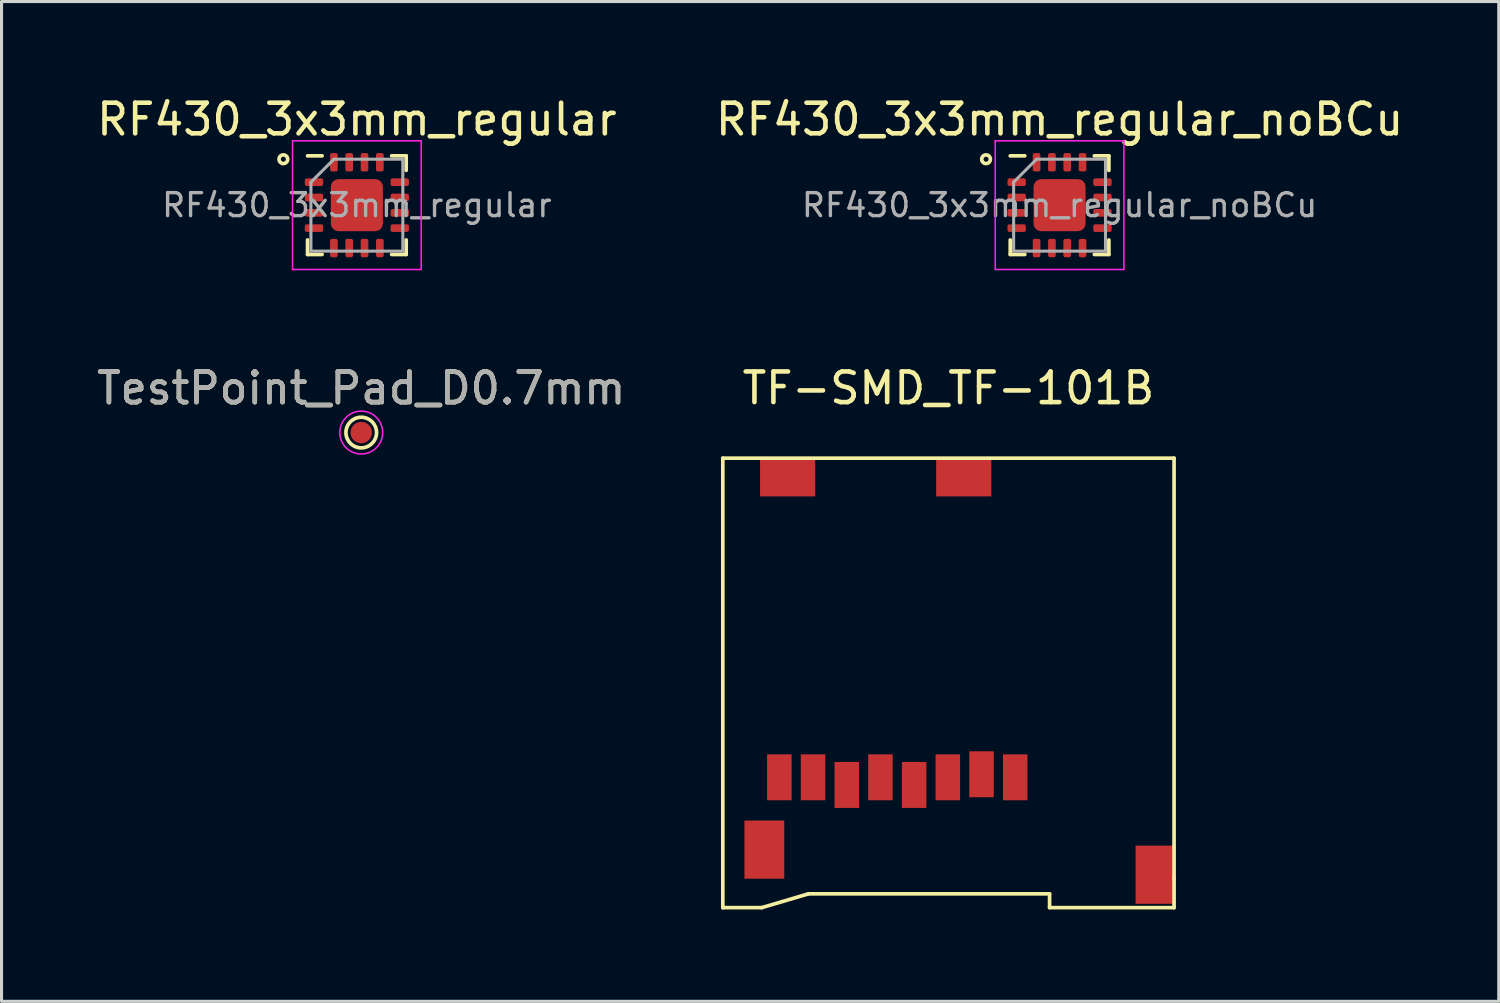
<source format=kicad_pcb>
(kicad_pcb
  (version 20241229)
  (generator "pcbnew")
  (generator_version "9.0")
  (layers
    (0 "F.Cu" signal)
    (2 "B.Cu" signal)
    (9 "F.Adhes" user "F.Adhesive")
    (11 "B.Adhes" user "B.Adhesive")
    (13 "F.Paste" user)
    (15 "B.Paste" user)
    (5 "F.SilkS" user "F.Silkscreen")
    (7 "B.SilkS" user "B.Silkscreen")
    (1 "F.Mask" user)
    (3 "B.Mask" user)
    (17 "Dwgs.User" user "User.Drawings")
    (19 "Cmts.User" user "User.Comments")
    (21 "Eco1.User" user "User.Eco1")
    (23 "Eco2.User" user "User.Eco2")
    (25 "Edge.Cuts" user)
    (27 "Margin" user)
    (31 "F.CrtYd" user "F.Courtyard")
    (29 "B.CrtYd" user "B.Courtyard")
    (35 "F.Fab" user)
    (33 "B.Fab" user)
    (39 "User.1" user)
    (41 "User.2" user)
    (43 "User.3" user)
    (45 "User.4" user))
  (footprint "RF430_3x3mm_regular"
    (layer "F.Cu")
    (at 8.601 3.648)
    (property "Reference" "RF430_3x3mm_regular" (at 0 -2.8 0) (layer "F.SilkS") (effects (font (size 1 1) (thickness 0.15))))
    (attr smd)
    (fp_line (start -1.61 1.61) (end -1.61 1.135) (stroke (width 0.12) (type solid)) (layer "F.SilkS"))
    (fp_line (start -1.135 -1.61) (end -1.61 -1.61) (stroke (width 0.12) (type solid)) (layer "F.SilkS"))
    (fp_line (start -1.135 1.61) (end -1.61 1.61) (stroke (width 0.12) (type solid)) (layer "F.SilkS"))
    (fp_line (start 1.135 -1.61) (end 1.61 -1.61) (stroke (width 0.12) (type solid)) (layer "F.SilkS"))
    (fp_line (start 1.135 1.61) (end 1.61 1.61) (stroke (width 0.12) (type solid)) (layer "F.SilkS"))
    (fp_line (start 1.61 -1.61) (end 1.61 -1.135) (stroke (width 0.12) (type solid)) (layer "F.SilkS"))
    (fp_line (start 1.61 1.61) (end 1.61 1.135) (stroke (width 0.12) (type solid)) (layer "F.SilkS"))
    (fp_circle (center -2.4 -1.5) (end -2.5 -1.4) (stroke (width 0.12) (type solid)) (fill no) (layer "F.SilkS"))
    (fp_line (start -2.1 -2.1) (end -2.1 2.1) (stroke (width 0.05) (type solid)) (layer "F.CrtYd"))
    (fp_line (start -2.1 2.1) (end 2.1 2.1) (stroke (width 0.05) (type solid)) (layer "F.CrtYd"))
    (fp_line (start 2.1 -2.1) (end -2.1 -2.1) (stroke (width 0.05) (type solid)) (layer "F.CrtYd"))
    (fp_line (start 2.1 2.1) (end 2.1 -2.1) (stroke (width 0.05) (type solid)) (layer "F.CrtYd"))
    (fp_line (start -1.5 -0.75) (end -0.75 -1.5) (stroke (width 0.1) (type solid)) (layer "F.Fab"))
    (fp_line (start -1.5 1.5) (end -1.5 -0.75) (stroke (width 0.1) (type solid)) (layer "F.Fab"))
    (fp_line (start -0.75 -1.5) (end 1.5 -1.5) (stroke (width 0.1) (type solid)) (layer "F.Fab"))
    (fp_line (start 1.5 -1.5) (end 1.5 1.5) (stroke (width 0.1) (type solid)) (layer "F.Fab"))
    (fp_line (start 1.5 1.5) (end -1.5 1.5) (stroke (width 0.1) (type solid)) (layer "F.Fab"))
    (fp_text user "${REFERENCE}" (at 0 0 0) (layer "F.Fab") (effects (font (size 0.75 0.75) (thickness 0.11))))
    (pad "" smd roundrect (at 0 0) (size 0.74 0.74) (layers "F.Paste") (roundrect_rratio 0.25))
    (pad "1" smd roundrect (at -1.4 -0.75) (size 0.6 0.25) (layers "F.Cu" "F.Mask" "F.Paste") (roundrect_rratio 0.25))
    (pad "2" smd roundrect (at -1.4 -0.25) (size 0.6 0.25) (layers "F.Cu" "F.Mask" "F.Paste") (roundrect_rratio 0.25))
    (pad "3" smd roundrect (at -1.4 0.25) (size 0.6 0.25) (layers "F.Cu" "F.Mask" "F.Paste") (roundrect_rratio 0.25))
    (pad "4" smd roundrect (at -1.4 0.75) (size 0.6 0.25) (layers "F.Cu" "F.Mask" "F.Paste") (roundrect_rratio 0.25))
    (pad "5" smd roundrect (at -0.75 1.4) (size 0.25 0.6) (layers "F.Cu" "F.Mask" "F.Paste") (roundrect_rratio 0.25))
    (pad "6" smd roundrect (at -0.25 1.4) (size 0.25 0.6) (layers "F.Cu" "F.Mask" "F.Paste") (roundrect_rratio 0.25))
    (pad "7" smd roundrect (at 0.25 1.4) (size 0.25 0.6) (layers "F.Cu" "F.Mask" "F.Paste") (roundrect_rratio 0.25))
    (pad "8" smd roundrect (at 0.75 1.4) (size 0.25 0.6) (layers "F.Cu" "F.Mask" "F.Paste") (roundrect_rratio 0.25))
    (pad "9" smd roundrect (at 1.4 0.75) (size 0.6 0.25) (layers "F.Cu" "F.Mask" "F.Paste") (roundrect_rratio 0.25))
    (pad "10" smd roundrect (at 1.4 0.25) (size 0.6 0.25) (layers "F.Cu" "F.Mask" "F.Paste") (roundrect_rratio 0.25))
    (pad "11" smd roundrect (at 1.4 -0.25) (size 0.6 0.25) (layers "F.Cu" "F.Mask" "F.Paste") (roundrect_rratio 0.25))
    (pad "12" smd roundrect (at 1.4 -0.75) (size 0.6 0.25) (layers "F.Cu" "F.Mask" "F.Paste") (roundrect_rratio 0.25))
    (pad "13" smd roundrect (at 0.75 -1.4) (size 0.25 0.6) (layers "F.Cu" "F.Mask" "F.Paste") (roundrect_rratio 0.25))
    (pad "14" smd roundrect (at 0.25 -1.4) (size 0.25 0.6) (layers "F.Cu" "F.Mask" "F.Paste") (roundrect_rratio 0.25))
    (pad "15" smd roundrect (at -0.25 -1.4) (size 0.25 0.6) (layers "F.Cu" "F.Mask" "F.Paste") (roundrect_rratio 0.25))
    (pad "16" smd roundrect (at -0.75 -1.4) (size 0.25 0.6) (layers "F.Cu" "F.Mask" "F.Paste") (roundrect_rratio 0.25))
    (pad "17" smd roundrect (at 0 0) (size 1.7 1.7) (layers "F.Cu" "F.Mask") (roundrect_rratio 0.147)))
  (footprint "TestPoint_Pad_D0.7mm"
    (layer "F.Cu")
    (at 8.744 11.072)
    (property "Reference" "TestPoint_Pad_D0.7mm" (at 0 -1.448 0) (layer "F.SilkS") (effects (font (size 1 1) (thickness 0.15))))
    (attr exclude_from_pos_files exclude_from_bom)
    (fp_circle (center 0 0) (end 0.5 0) (stroke (width 0.12) (type solid)) (fill no) (layer "F.SilkS"))
    (fp_circle (center 0 0) (end 0.7 0) (stroke (width 0.05) (type solid)) (fill no) (layer "F.CrtYd"))
    (fp_text user "${REFERENCE}" (at 0 -1.45 0) (layer "F.Fab") (effects (font (size 1 1) (thickness 0.15))))
    (pad "1" smd circle (at 0 0) (size 0.7 0.7) (layers "F.Cu" "F.Mask")))
  (footprint "TF-SMD_TF-101B"
    (layer "F.Cu")
    (at 27.914 19.782)
    (property "Reference" "TF-SMD_TF-101B" (at 0 -10.16 0) (layer "F.SilkS") (effects (font (size 1 1) (thickness 0.15))))
    (attr through_hole)
    (fp_line (start -7.366 -7.874) (end 7.366 -7.874) (stroke (width 0.12) (type solid)) (layer "F.SilkS"))
    (fp_line (start -7.366 6.8) (end -7.366 -7.874) (stroke (width 0.12) (type solid)) (layer "F.SilkS"))
    (fp_line (start -6.096 6.8) (end -7.366 6.8) (stroke (width 0.12) (type solid)) (layer "F.SilkS"))
    (fp_line (start -4.572 6.35) (end -6.096 6.8) (stroke (width 0.12) (type solid)) (layer "F.SilkS"))
    (fp_line (start 3.302 6.35) (end -4.572 6.35) (stroke (width 0.12) (type solid)) (layer "F.SilkS"))
    (fp_line (start 3.302 6.8) (end 3.302 6.35) (stroke (width 0.12) (type solid)) (layer "F.SilkS"))
    (fp_line (start 7.366 -7.874) (end 7.366 5.842) (stroke (width 0.12) (type solid)) (layer "F.SilkS"))
    (fp_line (start 7.366 5.842) (end 7.366 6.8) (stroke (width 0.12) (type solid)) (layer "F.SilkS"))
    (fp_line (start 7.366 6.8) (end 3.302 6.8) (stroke (width 0.12) (type solid)) (layer "F.SilkS"))
    (pad "1" smd rect (at 2.18 2.545) (size 0.8 1.5) (layers "F.Cu" "F.Mask" "F.Paste"))
    (pad "2" smd rect (at 1.08 2.445) (size 0.8 1.5) (layers "F.Cu" "F.Mask" "F.Paste"))
    (pad "3" smd rect (at -0.02 2.545) (size 0.8 1.5) (layers "F.Cu" "F.Mask" "F.Paste"))
    (pad "4" smd rect (at -1.12 2.795) (size 0.8 1.5) (layers "F.Cu" "F.Mask" "F.Paste"))
    (pad "5" smd rect (at -2.22 2.545) (size 0.8 1.5) (layers "F.Cu" "F.Mask" "F.Paste"))
    (pad "6" smd rect (at -3.32 2.795) (size 0.8 1.5) (layers "F.Cu" "F.Mask" "F.Paste"))
    (pad "7" smd rect (at -4.42 2.545) (size 0.8 1.5) (layers "F.Cu" "F.Mask" "F.Paste"))
    (pad "8" smd rect (at -5.52 2.545) (size 0.8 1.5) (layers "F.Cu" "F.Mask" "F.Paste"))
    (pad "9" smd rect (at -5.25 -7.225 180) (size 1.8 1.2) (layers "F.Cu" "F.Mask" "F.Paste"))
    (pad "10" smd rect (at 0.5 -7.225 180) (size 1.8 1.2) (layers "F.Cu" "F.Mask" "F.Paste"))
    (pad "11" smd rect (at 6.76 5.725 180) (size 1.3 1.9) (layers "F.Cu" "F.Mask" "F.Paste"))
    (pad "12" smd rect (at -6.01 4.905 180) (size 1.3 1.9) (layers "F.Cu" "F.Mask" "F.Paste")))
  (footprint "RF430_3x3mm_regular_noBCu"
    (layer "F.Cu")
    (at 31.542 3.648)
    (property "Reference" "RF430_3x3mm_regular_noBCu" (at 0 -2.8 0) (layer "F.SilkS") (effects (font (size 1 1) (thickness 0.15))))
    (attr smd)
    (fp_line (start -1.61 1.61) (end -1.61 1.135) (stroke (width 0.12) (type solid)) (layer "F.SilkS"))
    (fp_line (start -1.135 -1.61) (end -1.61 -1.61) (stroke (width 0.12) (type solid)) (layer "F.SilkS"))
    (fp_line (start -1.135 1.61) (end -1.61 1.61) (stroke (width 0.12) (type solid)) (layer "F.SilkS"))
    (fp_line (start 1.135 -1.61) (end 1.61 -1.61) (stroke (width 0.12) (type solid)) (layer "F.SilkS"))
    (fp_line (start 1.135 1.61) (end 1.61 1.61) (stroke (width 0.12) (type solid)) (layer "F.SilkS"))
    (fp_line (start 1.61 -1.61) (end 1.61 -1.135) (stroke (width 0.12) (type solid)) (layer "F.SilkS"))
    (fp_line (start 1.61 1.61) (end 1.61 1.135) (stroke (width 0.12) (type solid)) (layer "F.SilkS"))
    (fp_circle (center -2.4 -1.5) (end -2.5 -1.4) (stroke (width 0.12) (type solid)) (fill no) (layer "F.SilkS"))
    (fp_line (start -2.1 -2.1) (end -2.1 2.1) (stroke (width 0.05) (type solid)) (layer "F.CrtYd"))
    (fp_line (start -2.1 2.1) (end 2.1 2.1) (stroke (width 0.05) (type solid)) (layer "F.CrtYd"))
    (fp_line (start 2.1 -2.1) (end -2.1 -2.1) (stroke (width 0.05) (type solid)) (layer "F.CrtYd"))
    (fp_line (start 2.1 2.1) (end 2.1 -2.1) (stroke (width 0.05) (type solid)) (layer "F.CrtYd"))
    (fp_line (start -1.5 -0.75) (end -0.75 -1.5) (stroke (width 0.1) (type solid)) (layer "F.Fab"))
    (fp_line (start -1.5 1.5) (end -1.5 -0.75) (stroke (width 0.1) (type solid)) (layer "F.Fab"))
    (fp_line (start -0.75 -1.5) (end 1.5 -1.5) (stroke (width 0.1) (type solid)) (layer "F.Fab"))
    (fp_line (start 1.5 -1.5) (end 1.5 1.5) (stroke (width 0.1) (type solid)) (layer "F.Fab"))
    (fp_line (start 1.5 1.5) (end -1.5 1.5) (stroke (width 0.1) (type solid)) (layer "F.Fab"))
    (fp_text user "${REFERENCE}" (at 0 0 0) (layer "F.Fab") (effects (font (size 0.75 0.75) (thickness 0.11))))
    (pad "" smd roundrect (at 0 0) (size 0.74 0.74) (layers "F.Paste") (roundrect_rratio 0.25))
    (pad "1" smd roundrect (at -1.4 -0.75) (size 0.6 0.25) (layers "F.Cu" "F.Mask" "F.Paste") (roundrect_rratio 0.25))
    (pad "2" smd roundrect (at -1.4 -0.25 180) (size 0.6 0.25) (layers "F.Cu" "F.Mask" "F.Paste") (roundrect_rratio 0.25))
    (pad "3" smd roundrect (at -1.4 0.25 180) (size 0.6 0.25) (layers "F.Cu" "F.Mask" "F.Paste") (roundrect_rratio 0.25))
    (pad "4" smd roundrect (at -1.4 0.75 180) (size 0.6 0.25) (layers "F.Cu" "F.Mask" "F.Paste") (roundrect_rratio 0.25))
    (pad "5" smd roundrect (at -0.75 1.4 90) (size 0.6 0.25) (layers "F.Cu" "F.Mask" "F.Paste") (roundrect_rratio 0.25))
    (pad "6" smd roundrect (at -0.25 1.4 90) (size 0.6 0.25) (layers "F.Cu" "F.Mask" "F.Paste") (roundrect_rratio 0.25))
    (pad "7" smd roundrect (at 0.25 1.4 90) (size 0.6 0.25) (layers "F.Cu" "F.Mask" "F.Paste") (roundrect_rratio 0.25))
    (pad "8" smd roundrect (at 0.75 1.4 90) (size 0.6 0.25) (layers "F.Cu" "F.Mask" "F.Paste") (roundrect_rratio 0.25))
    (pad "9" smd roundrect (at 1.4 0.75 180) (size 0.6 0.25) (layers "F.Cu" "F.Mask" "F.Paste") (roundrect_rratio 0.25))
    (pad "10" smd roundrect (at 1.4 0.25) (size 0.6 0.25) (layers "F.Cu" "F.Mask" "F.Paste") (roundrect_rratio 0.25))
    (pad "11" smd roundrect (at 1.4 -0.25) (size 0.6 0.25) (layers "F.Cu" "F.Mask" "F.Paste") (roundrect_rratio 0.25))
    (pad "12" smd roundrect (at 1.4 -0.75) (size 0.6 0.25) (layers "F.Cu" "F.Mask" "F.Paste") (roundrect_rratio 0.25))
    (pad "13" smd roundrect (at 0.75 -1.4 270) (size 0.6 0.25) (layers "F.Cu" "F.Mask" "F.Paste") (roundrect_rratio 0.25))
    (pad "14" smd roundrect (at 0.25 -1.4 90) (size 0.6 0.25) (layers "F.Cu" "F.Mask" "F.Paste") (roundrect_rratio 0.25))
    (pad "15" smd roundrect (at -0.25 -1.4 90) (size 0.6 0.25) (layers "F.Cu" "F.Mask" "F.Paste") (roundrect_rratio 0.25))
    (pad "16" smd roundrect (at -0.75 -1.4 90) (size 0.6 0.25) (layers "F.Cu" "F.Mask" "F.Paste") (roundrect_rratio 0.25))
    (pad "17" smd roundrect (at 0 0) (size 1.7 1.7) (layers "F.Cu" "F.Mask") (roundrect_rratio 0.147)))
  (gr_rect
    (start -3 -3)
    (end 45.881 29.642)
    (stroke (width 0.1) (type default))
    (fill no)
    (layer "Edge.Cuts")))
</source>
